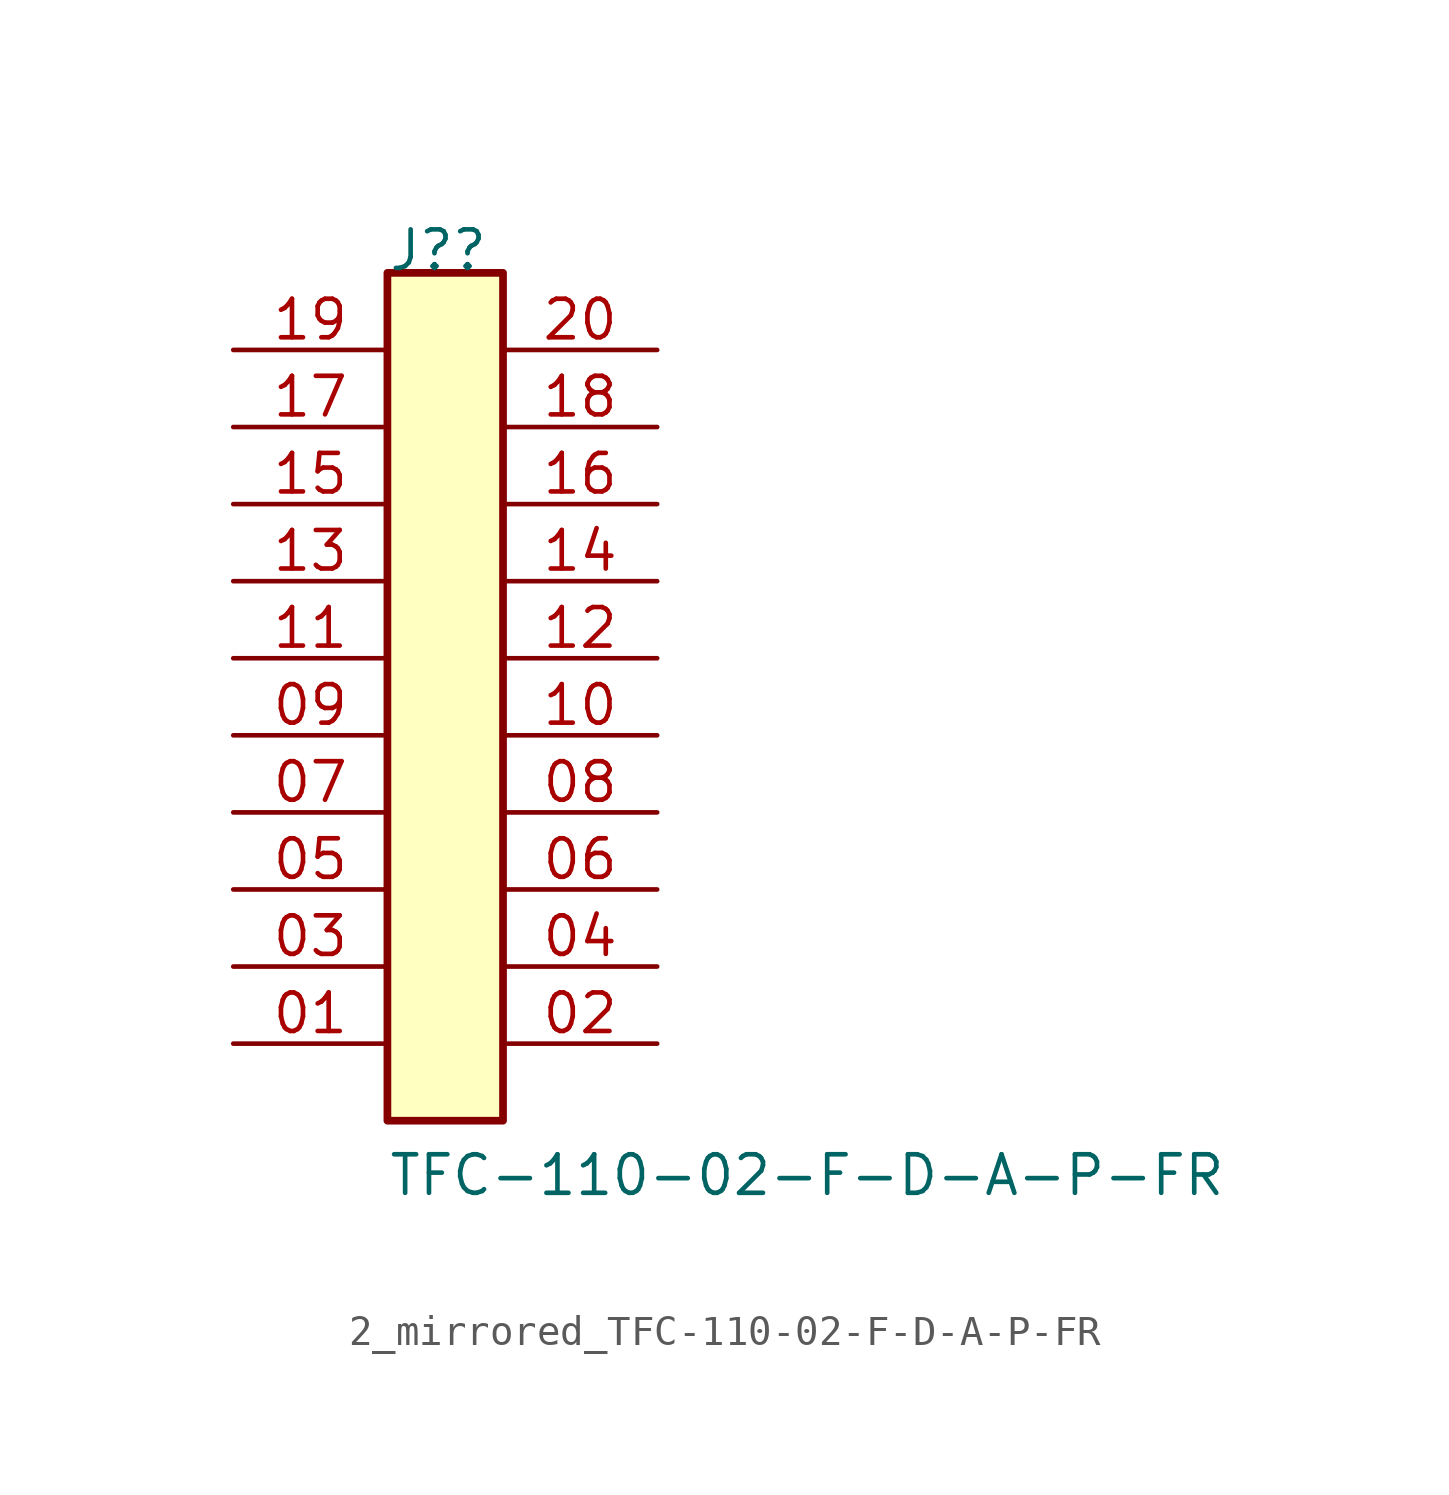
<source format=kicad_sym>
(kicad_symbol_lib
  (version 20211014)
  (generator kicad_symbol_editor)
  (symbol "2_mirrored_TFC-110-02-F-D-A-P-FR"
    (property "Reference" "J?"
      (at -7.62 12.7 0)
      (effects (font (size 1.27 1.27)) (justify left bottom)))
    (property "Value" "TFC-110-02-F-D-A-P-FR"
      (at -7.62 -17.78 0)
      (effects (font (size 1.27 1.27)) (justify left bottom)))
    (symbol "2_mirrored_TFC-110-02-F-D-A-P-FR_1_0"
      (rectangle (start -7.62 12.7) (end -3.81 -15.24) (stroke (width 0.254) (type default) (color 0 0 0 0)) (fill (type background)))
      (pin passive line (at -12.7 -12.7 0) (length 5.08) (name "" (effects (font (size 1.27 1.27)))) (number "01" (effects (font (size 1.27 1.27)))))
      (pin passive line (at 1.27 -12.7 180) (length 5.08) (name "" (effects (font (size 1.27 1.27)))) (number "02" (effects (font (size 1.27 1.27)))))
      (pin passive line (at -12.7 -10.16 0) (length 5.08) (name "" (effects (font (size 1.27 1.27)))) (number "03" (effects (font (size 1.27 1.27)))))
      (pin passive line (at 1.27 -10.16 180) (length 5.08) (name "" (effects (font (size 1.27 1.27)))) (number "04" (effects (font (size 1.27 1.27)))))
      (pin passive line (at -12.7 -7.62 0) (length 5.08) (name "" (effects (font (size 1.27 1.27)))) (number "05" (effects (font (size 1.27 1.27)))))
      (pin passive line (at 1.27 -7.62 180) (length 5.08) (name "" (effects (font (size 1.27 1.27)))) (number "06" (effects (font (size 1.27 1.27)))))
      (pin passive line (at -12.7 -5.08 0) (length 5.08) (name "" (effects (font (size 1.27 1.27)))) (number "07" (effects (font (size 1.27 1.27)))))
      (pin passive line (at 1.27 -5.08 180) (length 5.08) (name "" (effects (font (size 1.27 1.27)))) (number "08" (effects (font (size 1.27 1.27)))))
      (pin passive line (at -12.7 -2.54 0) (length 5.08) (name "" (effects (font (size 1.27 1.27)))) (number "09" (effects (font (size 1.27 1.27)))))
      (pin passive line (at 1.27 -2.54 180) (length 5.08) (name "" (effects (font (size 1.27 1.27)))) (number "10" (effects (font (size 1.27 1.27)))))
      (pin passive line (at -12.7 0 0) (length 5.08) (name "" (effects (font (size 1.27 1.27)))) (number "11" (effects (font (size 1.27 1.27)))))
      (pin passive line (at 1.27 0 180) (length 5.08) (name "" (effects (font (size 1.27 1.27)))) (number "12" (effects (font (size 1.27 1.27)))))
      (pin passive line (at -12.7 2.54 0) (length 5.08) (name "" (effects (font (size 1.27 1.27)))) (number "13" (effects (font (size 1.27 1.27)))))
      (pin passive line (at 1.27 2.54 180) (length 5.08) (name "" (effects (font (size 1.27 1.27)))) (number "14" (effects (font (size 1.27 1.27)))))
      (pin passive line (at -12.7 5.08 0) (length 5.08) (name "" (effects (font (size 1.27 1.27)))) (number "15" (effects (font (size 1.27 1.27)))))
      (pin passive line (at 1.27 5.08 180) (length 5.08) (name "" (effects (font (size 1.27 1.27)))) (number "16" (effects (font (size 1.27 1.27)))))
      (pin passive line (at -12.7 7.62 0) (length 5.08) (name "" (effects (font (size 1.27 1.27)))) (number "17" (effects (font (size 1.27 1.27)))))
      (pin passive line (at 1.27 7.62 180) (length 5.08) (name "" (effects (font (size 1.27 1.27)))) (number "18" (effects (font (size 1.27 1.27)))))
      (pin passive line (at -12.7 10.16 0) (length 5.08) (name "" (effects (font (size 1.27 1.27)))) (number "19" (effects (font (size 1.27 1.27)))))
      (pin passive line (at 1.27 10.16 180) (length 5.08) (name "" (effects (font (size 1.27 1.27)))) (number "20" (effects (font (size 1.27 1.27))))))))
</source>
